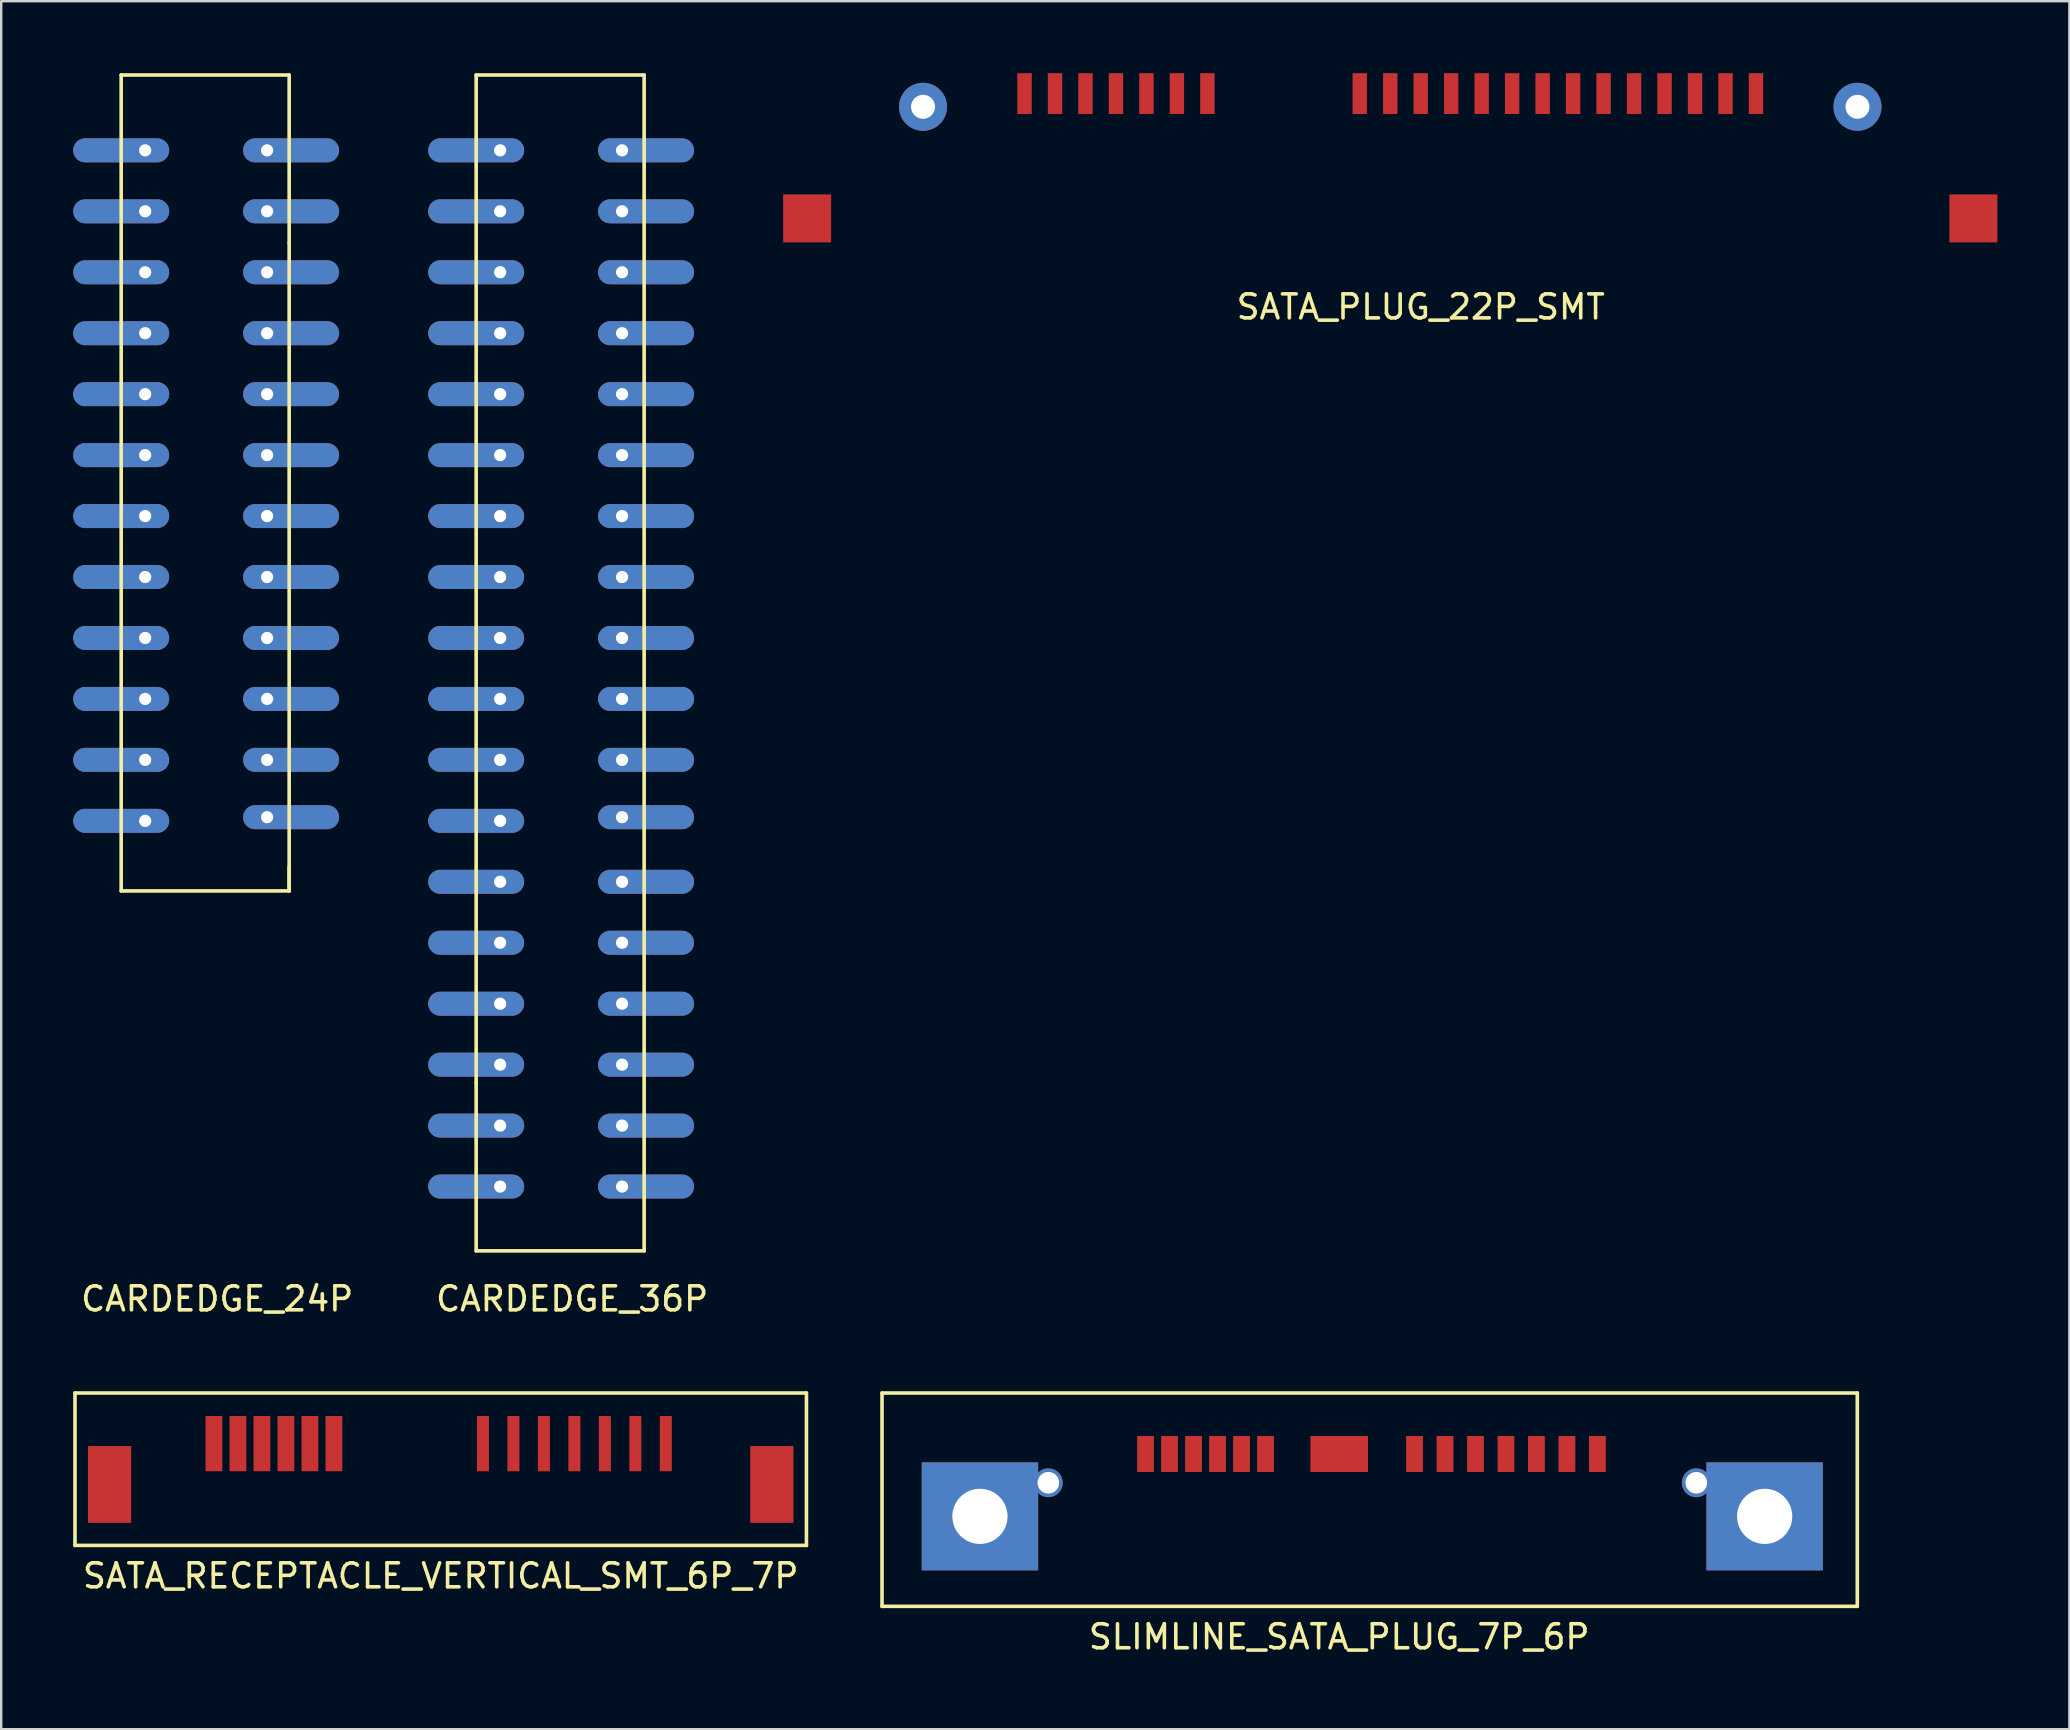
<source format=kicad_pcb>
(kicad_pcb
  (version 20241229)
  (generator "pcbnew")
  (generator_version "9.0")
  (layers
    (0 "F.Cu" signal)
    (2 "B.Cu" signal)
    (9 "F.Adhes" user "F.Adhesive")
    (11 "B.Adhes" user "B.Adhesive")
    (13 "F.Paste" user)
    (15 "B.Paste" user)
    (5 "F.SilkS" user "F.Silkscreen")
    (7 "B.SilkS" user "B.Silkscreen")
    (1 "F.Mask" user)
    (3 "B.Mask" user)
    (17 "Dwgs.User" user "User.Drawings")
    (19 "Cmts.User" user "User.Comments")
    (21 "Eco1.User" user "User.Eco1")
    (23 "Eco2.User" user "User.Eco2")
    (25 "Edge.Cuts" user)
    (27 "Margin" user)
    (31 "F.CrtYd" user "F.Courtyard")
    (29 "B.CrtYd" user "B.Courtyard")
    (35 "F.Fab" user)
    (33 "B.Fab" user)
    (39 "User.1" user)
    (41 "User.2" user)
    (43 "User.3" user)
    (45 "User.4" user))
  (footprint "CARDEDGE_24P"
    (layer "F.Cu")
    (at 3 26.075)
    (property "Reference" "CARDEDGE_24P" (at 3 25 0) (layer "F.SilkS") (effects (font (size 1 1) (thickness 0.15))))
    (attr through_hole)
    (fp_line (start -1 -26) (end 6 -26) (stroke (width 0.15) (type solid)) (layer "F.SilkS"))
    (fp_line (start -1 8) (end -1 -26) (stroke (width 0.15) (type solid)) (layer "F.SilkS"))
    (fp_line (start 6 -19) (end 6 -26) (stroke (width 0.15) (type solid)) (layer "F.SilkS"))
    (fp_line (start 6 -19) (end 6 8) (stroke (width 0.15) (type solid)) (layer "F.SilkS"))
    (fp_line (start 6 8) (end -1 8) (stroke (width 0.15) (type solid)) (layer "F.SilkS"))
    (fp_line (start 6 8) (end 6 7) (stroke (width 0.15) (type solid)) (layer "F.SilkS"))
    (pad "1" thru_hole oval (at 0 -22.86 180) (size 4 1) (drill 0.508 (offset 1 0)) (layers "*.Cu" "*.Mask"))
    (pad "2" thru_hole oval (at 0 -20.32 180) (size 4 1) (drill 0.508 (offset 1 0)) (layers "*.Cu" "*.Mask"))
    (pad "3" thru_hole oval (at 0 -17.78 180) (size 4 1) (drill 0.508 (offset 1 0)) (layers "*.Cu" "*.Mask"))
    (pad "4" thru_hole oval (at 0 -15.24 180) (size 4 1) (drill 0.508 (offset 1 0)) (layers "*.Cu" "*.Mask"))
    (pad "5" thru_hole oval (at 0 -12.7 180) (size 4 1) (drill 0.508 (offset 1 0)) (layers "*.Cu" "*.Mask"))
    (pad "6" thru_hole oval (at 0 -10.16 180) (size 4 1) (drill 0.508 (offset 1 0)) (layers "*.Cu" "*.Mask"))
    (pad "7" thru_hole oval (at 0 -7.62 180) (size 4 1) (drill 0.508 (offset 1 0)) (layers "*.Cu" "*.Mask"))
    (pad "8" thru_hole oval (at 0 -5.08 180) (size 4 1) (drill 0.508 (offset 1 0)) (layers "*.Cu" "*.Mask"))
    (pad "9" thru_hole oval (at 0 -2.54 180) (size 4 1) (drill 0.508 (offset 1 0)) (layers "*.Cu" "*.Mask"))
    (pad "10" thru_hole oval (at 0 0 180) (size 4 1) (drill 0.508 (offset 1 0)) (layers "*.Cu" "*.Mask"))
    (pad "11" thru_hole oval (at 0 2.54 180) (size 4 1) (drill 0.508 (offset 1 0)) (layers "*.Cu" "*.Mask"))
    (pad "12" thru_hole oval (at 0 5.08 180) (size 4 1) (drill 0.508 (offset 1 0)) (layers "*.Cu" "*.Mask"))
    (pad "13" thru_hole oval (at 5.08 -22.86) (size 4 1) (drill 0.508 (offset 1 0)) (layers "*.Cu" "*.Mask"))
    (pad "14" thru_hole oval (at 5.08 -20.32) (size 4 1) (drill 0.508 (offset 1 0)) (layers "*.Cu" "*.Mask"))
    (pad "15" thru_hole oval (at 5.08 -17.78) (size 4 1) (drill 0.508 (offset 1 0)) (layers "*.Cu" "*.Mask"))
    (pad "16" thru_hole oval (at 5.08 -15.24) (size 4 1) (drill 0.508 (offset 1 0)) (layers "*.Cu" "*.Mask"))
    (pad "17" thru_hole oval (at 5.08 -12.7) (size 4 1) (drill 0.508 (offset 1 0)) (layers "*.Cu" "*.Mask"))
    (pad "18" thru_hole oval (at 5.08 -10.16) (size 4 1) (drill 0.508 (offset 1 0)) (layers "*.Cu" "*.Mask"))
    (pad "19" thru_hole oval (at 5.08 -7.62) (size 4 1) (drill 0.508 (offset 1 0)) (layers "*.Cu" "*.Mask"))
    (pad "20" thru_hole oval (at 5.08 -5.08) (size 4 1) (drill 0.508 (offset 1 0)) (layers "*.Cu" "*.Mask"))
    (pad "21" thru_hole oval (at 5.08 -2.54) (size 4 1) (drill 0.508 (offset 1 0)) (layers "*.Cu" "*.Mask"))
    (pad "22" thru_hole oval (at 5.08 0) (size 4 1) (drill 0.508 (offset 1 0)) (layers "*.Cu" "*.Mask"))
    (pad "23" thru_hole oval (at 5.08 2.54) (size 4 1) (drill 0.508 (offset 1 0)) (layers "*.Cu" "*.Mask"))
    (pad "24" thru_hole oval (at 5.08 4.928) (size 4 1) (drill 0.508 (offset 1 0)) (layers "*.Cu" "*.Mask")))
  (footprint "SATA_RECEPTACLE_VERTICAL_SMT_6P_7P"
    (layer "F.Cu")
    (at 15.315 58.808)
    (property "Reference" "SATA_RECEPTACLE_VERTICAL_SMT_6P_7P" (at 0 3.81 0) (layer "F.SilkS") (effects (font (size 1 1) (thickness 0.15))))
    (attr through_hole)
    (fp_line (start -15.24 -3.81) (end -15.24 2.54) (stroke (width 0.15) (type solid)) (layer "F.SilkS"))
    (fp_line (start -15.24 2.54) (end 15.24 2.54) (stroke (width 0.15) (type solid)) (layer "F.SilkS"))
    (fp_line (start 15.24 -3.81) (end -15.24 -3.81) (stroke (width 0.15) (type solid)) (layer "F.SilkS"))
    (fp_line (start 15.24 2.54) (end 15.24 -3.81) (stroke (width 0.15) (type solid)) (layer "F.SilkS"))
    (pad "1" smd rect (at 9.38 -1.7) (size 0.5 2.3) (layers "F.Cu" "F.Mask" "F.Paste"))
    (pad "2" smd rect (at 8.11 -1.7) (size 0.5 2.3) (layers "F.Cu" "F.Mask" "F.Paste"))
    (pad "2" smd rect (at 13.8 0) (size 1.8 3.2) (layers "F.Cu" "F.Mask" "F.Paste"))
    (pad "3" smd rect (at -13.8 0) (size 1.8 3.2) (layers "F.Cu" "F.Mask" "F.Paste"))
    (pad "4" smd rect (at 5.57 -1.7) (size 0.5 2.3) (layers "F.Cu" "F.Mask" "F.Paste"))
    (pad "4" smd rect (at 6.84 -1.7) (size 0.5 2.3) (layers "F.Cu" "F.Mask" "F.Paste"))
    (pad "5" smd rect (at 4.3 -1.7) (size 0.5 2.3) (layers "F.Cu" "F.Mask" "F.Paste"))
    (pad "6" smd rect (at 3.03 -1.7) (size 0.5 2.3) (layers "F.Cu" "F.Mask" "F.Paste"))
    (pad "7" smd rect (at 1.76 -1.7) (size 0.5 2.3) (layers "F.Cu" "F.Mask" "F.Paste"))
    (pad "9" smd rect (at -4.45 -1.7) (size 0.7 2.3) (layers "F.Cu" "F.Mask" "F.Paste"))
    (pad "10" smd rect (at -5.45 -1.7) (size 0.7 2.3) (layers "F.Cu" "F.Mask" "F.Paste"))
    (pad "11" smd rect (at -6.45 -1.7) (size 0.7 2.3) (layers "F.Cu" "F.Mask" "F.Paste"))
    (pad "12" smd rect (at -7.45 -1.7) (size 0.7 2.3) (layers "F.Cu" "F.Mask" "F.Paste"))
    (pad "13" smd rect (at -8.45 -1.7) (size 0.7 2.3) (layers "F.Cu" "F.Mask" "F.Paste"))
    (pad "14" smd rect (at -9.45 -1.7) (size 0.7 2.3) (layers "F.Cu" "F.Mask" "F.Paste")))
  (footprint "SLIMLINE_SATA_PLUG_7P_6P"
    (layer "F.Cu")
    (at 52.755 57.538)
    (property "Reference" "SLIMLINE_SATA_PLUG_7P_6P" (at 0 7.62 0) (layer "F.SilkS") (effects (font (size 1 1) (thickness 0.15))))
    (attr through_hole)
    (fp_line (start -19.05 -2.54) (end -19.05 6.35) (stroke (width 0.15) (type solid)) (layer "F.SilkS"))
    (fp_line (start -19.05 6.35) (end 21.59 6.35) (stroke (width 0.15) (type solid)) (layer "F.SilkS"))
    (fp_line (start 21.59 -2.54) (end -19.05 -2.54) (stroke (width 0.15) (type solid)) (layer "F.SilkS"))
    (fp_line (start 21.59 6.35) (end 21.59 -2.54) (stroke (width 0.15) (type solid)) (layer "F.SilkS"))
    (pad "1" smd rect (at -8.07 0) (size 0.7 1.5) (layers "F.Cu" "F.Mask" "F.Paste"))
    (pad "2" smd rect (at -7.07 0) (size 0.7 1.5) (layers "F.Cu" "F.Mask" "F.Paste"))
    (pad "3" smd rect (at -6.07 0) (size 0.7 1.5) (layers "F.Cu" "F.Mask" "F.Paste"))
    (pad "4" smd rect (at -5.07 0) (size 0.7 1.5) (layers "F.Cu" "F.Mask" "F.Paste"))
    (pad "5" smd rect (at -4.07 0) (size 0.7 1.5) (layers "F.Cu" "F.Mask" "F.Paste"))
    (pad "6" smd rect (at -3.07 0) (size 0.7 1.5) (layers "F.Cu" "F.Mask" "F.Paste"))
    (pad "7" smd rect (at 3.14 0) (size 0.7 1.5) (layers "F.Cu" "F.Mask" "F.Paste"))
    (pad "8" smd rect (at 4.41 0) (size 0.7 1.5) (layers "F.Cu" "F.Mask" "F.Paste"))
    (pad "9" smd rect (at 5.68 0) (size 0.7 1.5) (layers "F.Cu" "F.Mask" "F.Paste"))
    (pad "10" smd rect (at 6.95 0) (size 0.7 1.5) (layers "F.Cu" "F.Mask" "F.Paste"))
    (pad "11" smd rect (at 8.22 0) (size 0.7 1.5) (layers "F.Cu" "F.Mask" "F.Paste"))
    (pad "12" smd rect (at 9.49 0) (size 0.7 1.5) (layers "F.Cu" "F.Mask" "F.Paste"))
    (pad "13" smd rect (at 10.76 0) (size 0.7 1.5) (layers "F.Cu" "F.Mask" "F.Paste"))
    (pad "14" thru_hole rect (at -14.97 2.6) (size 4.85 4.5) (drill 2.3) (layers "*.Cu" "*.Paste" "*.Mask"))
    (pad "14" smd rect (at 0 0) (size 2.4 1.5) (layers "F.Cu" "F.Mask" "F.Paste"))
    (pad "15" thru_hole rect (at 17.73 2.6) (size 4.85 4.5) (drill 2.3) (layers "*.Cu" "*.Mask"))
    (pad "16" thru_hole circle (at -12.12 1.2) (size 1.2 1.2) (drill 0.9) (layers "*.Cu" "*.Mask"))
    (pad "17" thru_hole circle (at 14.88 1.2) (size 1.2 1.2) (drill 0.9) (layers "*.Cu" "*.Mask")))
  (footprint "CARDEDGE_36P"
    (layer "F.Cu")
    (at 17.792 26.075)
    (property "Reference" "CARDEDGE_36P" (at 3 25 0) (layer "F.SilkS") (effects (font (size 1 1) (thickness 0.15))))
    (attr through_hole)
    (fp_line (start -1 -26) (end 6 -26) (stroke (width 0.15) (type solid)) (layer "F.SilkS"))
    (fp_line (start -1 16) (end -1 -26) (stroke (width 0.15) (type solid)) (layer "F.SilkS"))
    (fp_line (start -1 23) (end -1 16) (stroke (width 0.15) (type solid)) (layer "F.SilkS"))
    (fp_line (start 6 -26) (end 6 23) (stroke (width 0.15) (type solid)) (layer "F.SilkS"))
    (fp_line (start 6 23) (end -1 23) (stroke (width 0.15) (type solid)) (layer "F.SilkS"))
    (pad "1" thru_hole oval (at 0 -22.86 180) (size 4 1) (drill 0.508 (offset 1 0)) (layers "*.Cu" "*.Mask"))
    (pad "2" thru_hole oval (at 0 -20.32 180) (size 4 1) (drill 0.508 (offset 1 0)) (layers "*.Cu" "*.Mask"))
    (pad "3" thru_hole oval (at 0 -17.78 180) (size 4 1) (drill 0.508 (offset 1 0)) (layers "*.Cu" "*.Mask"))
    (pad "4" thru_hole oval (at 0 -15.24 180) (size 4 1) (drill 0.508 (offset 1 0)) (layers "*.Cu" "*.Mask"))
    (pad "5" thru_hole oval (at 0 -12.7 180) (size 4 1) (drill 0.508 (offset 1 0)) (layers "*.Cu" "*.Mask"))
    (pad "6" thru_hole oval (at 0 -10.16 180) (size 4 1) (drill 0.508 (offset 1 0)) (layers "*.Cu" "*.Mask"))
    (pad "7" thru_hole oval (at 0 -7.62 180) (size 4 1) (drill 0.508 (offset 1 0)) (layers "*.Cu" "*.Mask"))
    (pad "8" thru_hole oval (at 0 -5.08 180) (size 4 1) (drill 0.508 (offset 1 0)) (layers "*.Cu" "*.Mask"))
    (pad "9" thru_hole oval (at 0 -2.54 180) (size 4 1) (drill 0.508 (offset 1 0)) (layers "*.Cu" "*.Mask"))
    (pad "10" thru_hole oval (at 0 0 180) (size 4 1) (drill 0.508 (offset 1 0)) (layers "*.Cu" "*.Mask"))
    (pad "11" thru_hole oval (at 0 2.54 180) (size 4 1) (drill 0.508 (offset 1 0)) (layers "*.Cu" "*.Mask"))
    (pad "12" thru_hole oval (at 0 5.08 180) (size 4 1) (drill 0.508 (offset 1 0)) (layers "*.Cu" "*.Mask"))
    (pad "13" thru_hole oval (at 0 7.62 180) (size 4 1) (drill 0.508 (offset 1 0)) (layers "*.Cu" "*.Mask"))
    (pad "14" thru_hole oval (at 0 10.16 180) (size 4 1) (drill 0.508 (offset 1 0)) (layers "*.Cu" "*.Mask"))
    (pad "15" thru_hole oval (at 0 12.7 180) (size 4 1) (drill 0.508 (offset 1 0)) (layers "*.Cu" "*.Mask"))
    (pad "16" thru_hole oval (at 0 15.24 180) (size 4 1) (drill 0.508 (offset 1 0)) (layers "*.Cu" "*.Mask"))
    (pad "17" thru_hole oval (at 0 17.78 180) (size 4 1) (drill 0.508 (offset 1 0)) (layers "*.Cu" "*.Mask"))
    (pad "18" thru_hole oval (at 0 20.32 180) (size 4 1) (drill 0.508 (offset 1 0)) (layers "*.Cu" "*.Mask"))
    (pad "19" thru_hole oval (at 5.08 -22.86) (size 4 1) (drill 0.508 (offset 1 0)) (layers "*.Cu" "*.Mask"))
    (pad "20" thru_hole oval (at 5.08 -20.32) (size 4 1) (drill 0.508 (offset 1 0)) (layers "*.Cu" "*.Mask"))
    (pad "21" thru_hole oval (at 5.08 -17.78) (size 4 1) (drill 0.508 (offset 1 0)) (layers "*.Cu" "*.Mask"))
    (pad "22" thru_hole oval (at 5.08 -15.24) (size 4 1) (drill 0.508 (offset 1 0)) (layers "*.Cu" "*.Mask"))
    (pad "23" thru_hole oval (at 5.08 -12.7) (size 4 1) (drill 0.508 (offset 1 0)) (layers "*.Cu" "*.Mask"))
    (pad "24" thru_hole oval (at 5.08 -10.16) (size 4 1) (drill 0.508 (offset 1 0)) (layers "*.Cu" "*.Mask"))
    (pad "25" thru_hole oval (at 5.08 -7.62) (size 4 1) (drill 0.508 (offset 1 0)) (layers "*.Cu" "*.Mask"))
    (pad "26" thru_hole oval (at 5.08 -5.08) (size 4 1) (drill 0.508 (offset 1 0)) (layers "*.Cu" "*.Mask"))
    (pad "27" thru_hole oval (at 5.08 -2.54) (size 4 1) (drill 0.508 (offset 1 0)) (layers "*.Cu" "*.Mask"))
    (pad "28" thru_hole oval (at 5.08 0) (size 4 1) (drill 0.508 (offset 1 0)) (layers "*.Cu" "*.Mask"))
    (pad "29" thru_hole oval (at 5.08 2.54) (size 4 1) (drill 0.508 (offset 1 0)) (layers "*.Cu" "*.Mask"))
    (pad "30" thru_hole oval (at 5.08 4.928) (size 4 1) (drill 0.508 (offset 1 0)) (layers "*.Cu" "*.Mask"))
    (pad "31" thru_hole oval (at 5.08 7.62) (size 4 1) (drill 0.508 (offset 1 0)) (layers "*.Cu" "*.Mask"))
    (pad "32" thru_hole oval (at 5.08 10.16) (size 4 1) (drill 0.508 (offset 1 0)) (layers "*.Cu" "*.Mask"))
    (pad "33" thru_hole oval (at 5.08 12.7) (size 4 1) (drill 0.508 (offset 1 0)) (layers "*.Cu" "*.Mask"))
    (pad "34" thru_hole oval (at 5.08 15.24) (size 4 1) (drill 0.508 (offset 1 0)) (layers "*.Cu" "*.Mask"))
    (pad "35" thru_hole oval (at 5.08 17.78) (size 4 1) (drill 0.508 (offset 1 0)) (layers "*.Cu" "*.Mask"))
    (pad "36" thru_hole oval (at 5.08 20.32) (size 4 1) (drill 0.508 (offset 1 0)) (layers "*.Cu" "*.Mask")))
  (footprint "SATA_PLUG_22P_SMT"
    (layer "F.Cu")
    (at 39.643 0.85)
    (property "Reference" "SATA_PLUG_22P_SMT" (at 16.51 8.89 0) (layer "F.SilkS") (effects (font (size 1 1) (thickness 0.15))))
    (attr through_hole)
    (pad "1" smd rect (at 0 0) (size 0.6 1.7) (layers "F.Cu" "F.Mask" "F.Paste"))
    (pad "2" smd rect (at 1.27 0) (size 0.6 1.7) (layers "F.Cu" "F.Mask" "F.Paste"))
    (pad "3" smd rect (at 2.54 0) (size 0.6 1.7) (layers "F.Cu" "F.Mask" "F.Paste"))
    (pad "4" smd rect (at 3.81 0) (size 0.6 1.7) (layers "F.Cu" "F.Mask" "F.Paste"))
    (pad "5" smd rect (at 5.08 0) (size 0.6 1.7) (layers "F.Cu" "F.Mask" "F.Paste"))
    (pad "6" smd rect (at 6.35 0) (size 0.6 1.7) (layers "F.Cu" "F.Mask" "F.Paste"))
    (pad "7" smd rect (at 7.62 0) (size 0.6 1.7) (layers "F.Cu" "F.Mask" "F.Paste"))
    (pad "8" smd rect (at 13.97 0) (size 0.6 1.7) (layers "F.Cu" "F.Mask" "F.Paste"))
    (pad "9" thru_hole circle (at 34.71 0.55) (size 2 2) (drill 1) (layers "*.Cu" "*.Mask"))
    (pad "10" thru_hole circle (at -4.23 0.55) (size 2 2) (drill 1) (layers "*.Cu" "*.Mask"))
    (pad "10" smd rect (at 15.24 0) (size 0.6 1.7) (layers "F.Cu" "F.Mask" "F.Paste"))
    (pad "11" smd rect (at 16.51 0) (size 0.6 1.7) (layers "F.Cu" "F.Mask" "F.Paste"))
    (pad "12" smd rect (at 17.78 0) (size 0.6 1.7) (layers "F.Cu" "F.Mask" "F.Paste"))
    (pad "13" smd rect (at 19.05 0) (size 0.6 1.7) (layers "F.Cu" "F.Mask" "F.Paste"))
    (pad "14" smd rect (at 20.32 0) (size 0.6 1.7) (layers "F.Cu" "F.Mask" "F.Paste"))
    (pad "15" smd rect (at 21.59 0) (size 0.6 1.7) (layers "F.Cu" "F.Mask" "F.Paste"))
    (pad "16" smd rect (at 22.86 0) (size 0.6 1.7) (layers "F.Cu" "F.Mask" "F.Paste"))
    (pad "17" smd rect (at 24.13 0) (size 0.6 1.7) (layers "F.Cu" "F.Mask" "F.Paste"))
    (pad "18" smd rect (at 25.4 0) (size 0.6 1.7) (layers "F.Cu" "F.Mask" "F.Paste"))
    (pad "19" smd rect (at 26.67 0) (size 0.6 1.7) (layers "F.Cu" "F.Mask" "F.Paste"))
    (pad "20" smd rect (at 27.94 0) (size 0.6 1.7) (layers "F.Cu" "F.Mask" "F.Paste"))
    (pad "21" smd rect (at 29.21 0) (size 0.6 1.7) (layers "F.Cu" "F.Mask" "F.Paste"))
    (pad "22" smd rect (at 30.48 0) (size 0.6 1.7) (layers "F.Cu" "F.Mask" "F.Paste"))
    (pad "23" smd rect (at -9.06 5.2) (size 2 2) (layers "F.Cu" "F.Mask" "F.Paste"))
    (pad "24" smd rect (at 39.54 5.2) (size 2 2) (layers "F.Cu" "F.Mask" "F.Paste")))
  (gr_rect
    (start -3 -3)
    (end 83.183 69.007)
    (stroke (width 0.1) (type default))
    (fill no)
    (layer "Edge.Cuts")))
</source>
